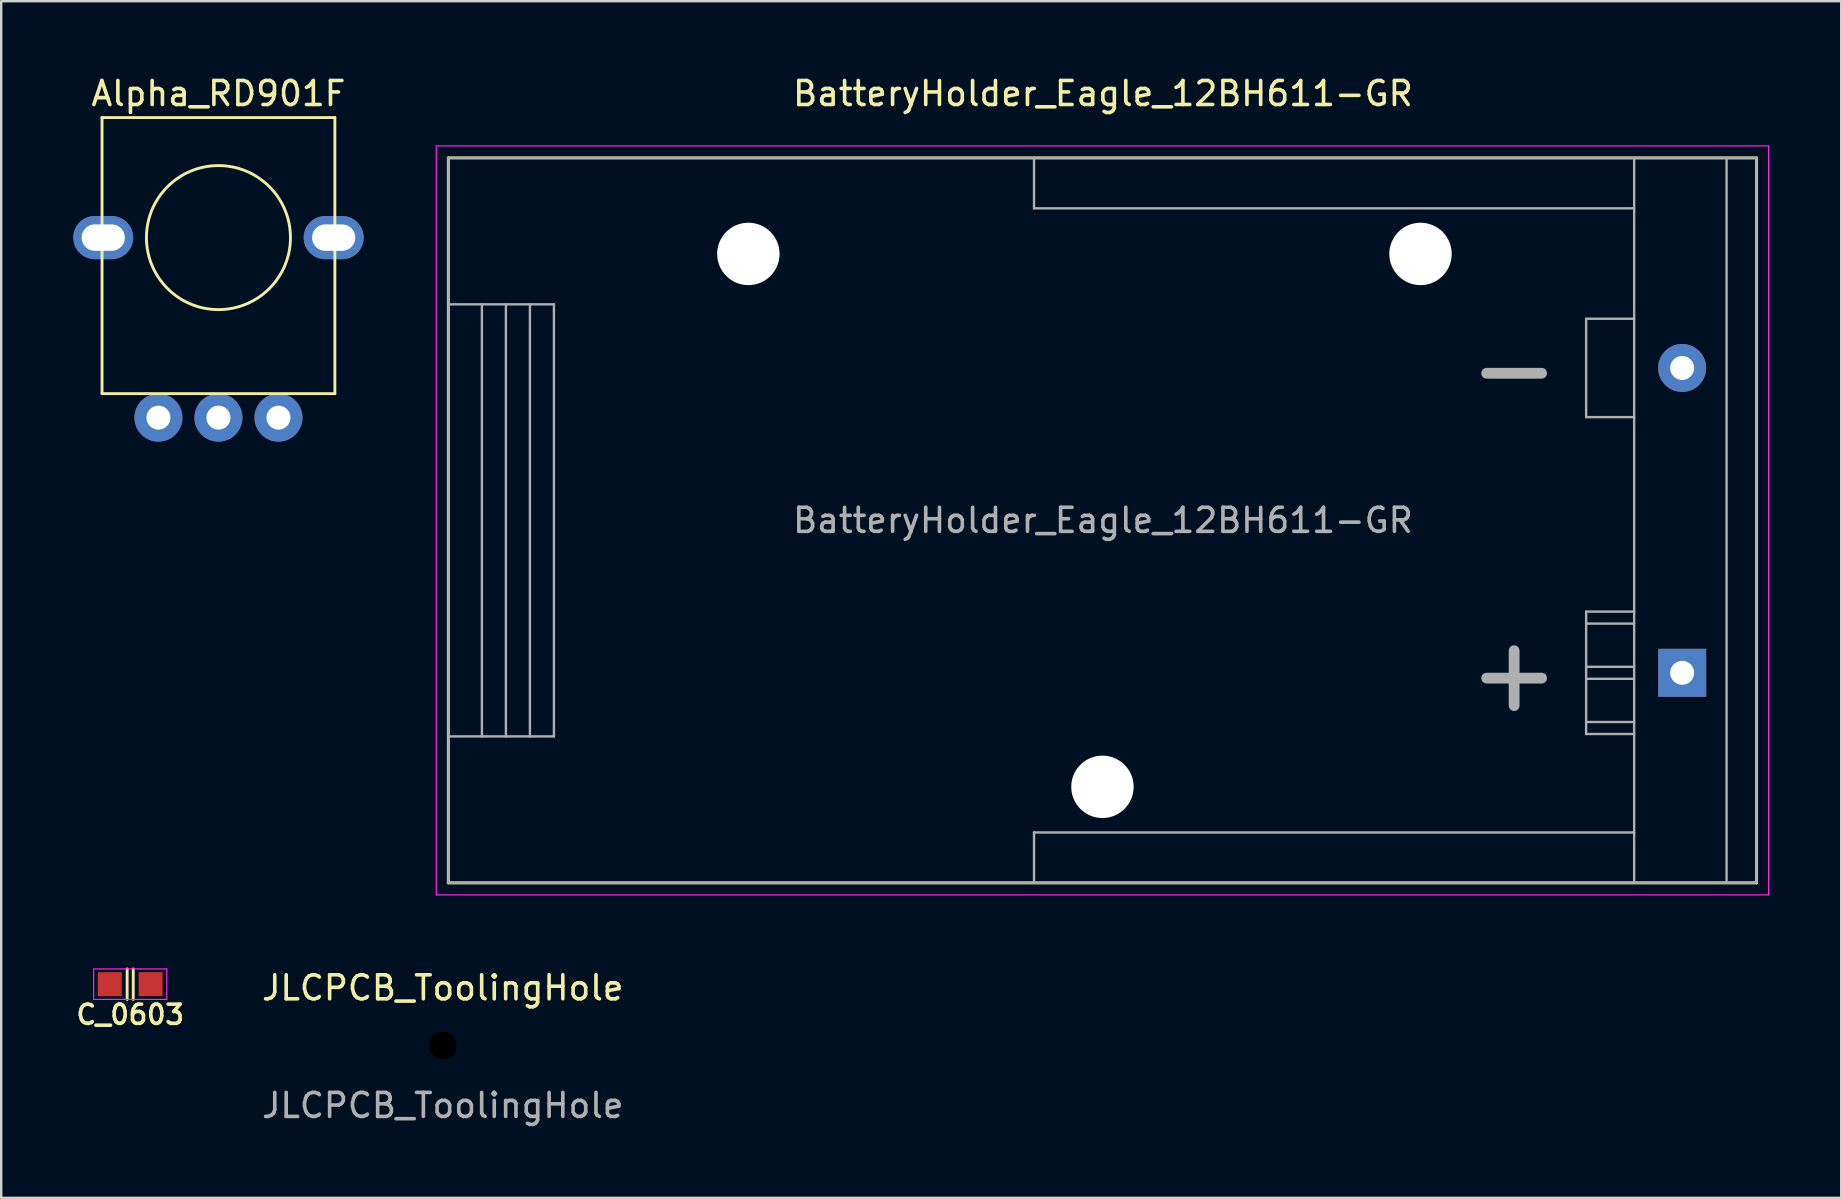
<source format=kicad_pcb>
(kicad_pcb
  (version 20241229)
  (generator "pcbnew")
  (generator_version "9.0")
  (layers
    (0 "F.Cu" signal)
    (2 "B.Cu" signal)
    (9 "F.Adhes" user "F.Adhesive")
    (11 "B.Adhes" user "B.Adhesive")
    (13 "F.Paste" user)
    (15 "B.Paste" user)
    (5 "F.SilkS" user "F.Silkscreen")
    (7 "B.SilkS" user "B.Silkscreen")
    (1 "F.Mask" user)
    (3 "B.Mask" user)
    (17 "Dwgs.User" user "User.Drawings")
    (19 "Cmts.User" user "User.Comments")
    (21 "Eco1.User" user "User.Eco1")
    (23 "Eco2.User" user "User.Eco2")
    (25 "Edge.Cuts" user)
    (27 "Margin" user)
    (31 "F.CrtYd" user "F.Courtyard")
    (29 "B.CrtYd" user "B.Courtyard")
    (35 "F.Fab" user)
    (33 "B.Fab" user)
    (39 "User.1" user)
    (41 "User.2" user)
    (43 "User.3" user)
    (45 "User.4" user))
  (footprint "C_0603"
    (layer "F.Cu")
    (at 2.374 37.948)
    (property "Reference" "C_0603" (at 0 1.27 0) (layer "F.SilkS") (effects (font (size 0.8 0.8) (thickness 0.15))))
    (attr through_hole)
    (fp_line (start -0.127 -0.635) (end -0.127 0.635) (stroke (width 0.12) (type solid)) (layer "F.SilkS"))
    (fp_line (start 0.127 -0.635) (end 0.127 0.635) (stroke (width 0.12) (type solid)) (layer "F.SilkS"))
    (fp_line (start -1.524 -0.635) (end 1.524 -0.635) (stroke (width 0.05) (type solid)) (layer "F.CrtYd"))
    (fp_line (start -1.524 0.635) (end -1.524 -0.635) (stroke (width 0.05) (type solid)) (layer "F.CrtYd"))
    (fp_line (start 1.524 -0.635) (end 1.524 0.635) (stroke (width 0.05) (type solid)) (layer "F.CrtYd"))
    (fp_line (start 1.524 0.635) (end -1.524 0.635) (stroke (width 0.05) (type solid)) (layer "F.CrtYd"))
    (pad "1" smd rect (at -0.85 0) (size 1 1) (layers "F.Cu" "F.Mask" "F.Paste"))
    (pad "2" smd rect (at 0.85 0) (size 1 1) (layers "F.Cu" "F.Mask" "F.Paste")))
  (footprint "BatteryHolder_Eagle_12BH611-GR"
    (layer "F.Cu")
    (at 67.025 24.978)
    (property "Reference" "BatteryHolder_Eagle_12BH611-GR" (at -24.13 -24.13 0) (layer "F.SilkS") (effects (font (size 1 1) (thickness 0.15))))
    (attr through_hole)
    (fp_line (start -51.4 -21.45) (end 3.1 -21.45) (stroke (width 0.12) (type solid)) (layer "F.SilkS"))
    (fp_line (start -51.4 8.75) (end -51.4 -21.45) (stroke (width 0.12) (type solid)) (layer "F.SilkS"))
    (fp_line (start 3.1 -21.45) (end 3.1 8.75) (stroke (width 0.12) (type solid)) (layer "F.SilkS"))
    (fp_line (start 3.1 8.75) (end -51.4 8.75) (stroke (width 0.12) (type solid)) (layer "F.SilkS"))
    (fp_line (start -51.9 -21.95) (end 3.6 -21.95) (stroke (width 0.05) (type solid)) (layer "F.CrtYd"))
    (fp_line (start -51.9 9.25) (end -51.9 -21.95) (stroke (width 0.05) (type solid)) (layer "F.CrtYd"))
    (fp_line (start 3.6 -21.95) (end 3.6 9.25) (stroke (width 0.05) (type solid)) (layer "F.CrtYd"))
    (fp_line (start 3.6 9.25) (end -51.9 9.25) (stroke (width 0.05) (type solid)) (layer "F.CrtYd"))
    (fp_line (start -51.4 -21.45) (end 3.1 -21.45) (stroke (width 0.1) (type solid)) (layer "F.Fab"))
    (fp_line (start -51.4 -15.35) (end -47 -15.35) (stroke (width 0.1) (type solid)) (layer "F.Fab"))
    (fp_line (start -51.4 2.65) (end -47 2.65) (stroke (width 0.1) (type solid)) (layer "F.Fab"))
    (fp_line (start -51.4 8.75) (end -51.4 -21.45) (stroke (width 0.1) (type solid)) (layer "F.Fab"))
    (fp_line (start -50 2.65) (end -50 -15.35) (stroke (width 0.1) (type solid)) (layer "F.Fab"))
    (fp_line (start -49 2.65) (end -49 -15.35) (stroke (width 0.1) (type solid)) (layer "F.Fab"))
    (fp_line (start -48 2.65) (end -48 -15.35) (stroke (width 0.1) (type solid)) (layer "F.Fab"))
    (fp_line (start -47 2.65) (end -47 -15.35) (stroke (width 0.1) (type solid)) (layer "F.Fab"))
    (fp_line (start -27 -19.35) (end -27 -21.45) (stroke (width 0.1) (type solid)) (layer "F.Fab"))
    (fp_line (start -27 6.65) (end -27 8.75) (stroke (width 0.1) (type solid)) (layer "F.Fab"))
    (fp_line (start -4 -14.75) (end -4 -10.65) (stroke (width 0.1) (type solid)) (layer "F.Fab"))
    (fp_line (start -4 -10.65) (end -2 -10.65) (stroke (width 0.1) (type solid)) (layer "F.Fab"))
    (fp_line (start -4 -2.55) (end -4 2.55) (stroke (width 0.1) (type solid)) (layer "F.Fab"))
    (fp_line (start -4 -2.05) (end -2 -2.05) (stroke (width 0.1) (type solid)) (layer "F.Fab"))
    (fp_line (start -4 0.25) (end -2 0.25) (stroke (width 0.1) (type solid)) (layer "F.Fab"))
    (fp_line (start -4 2.55) (end -2 2.55) (stroke (width 0.1) (type solid)) (layer "F.Fab"))
    (fp_line (start -2 -21.45) (end -2 8.75) (stroke (width 0.1) (type solid)) (layer "F.Fab"))
    (fp_line (start -2 -19.35) (end -27 -19.35) (stroke (width 0.1) (type solid)) (layer "F.Fab"))
    (fp_line (start -2 -14.75) (end -4 -14.75) (stroke (width 0.1) (type solid)) (layer "F.Fab"))
    (fp_line (start -2 -2.55) (end -4 -2.55) (stroke (width 0.1) (type solid)) (layer "F.Fab"))
    (fp_line (start -2 -0.25) (end -4 -0.25) (stroke (width 0.1) (type solid)) (layer "F.Fab"))
    (fp_line (start -2 2.05) (end -4 2.05) (stroke (width 0.1) (type solid)) (layer "F.Fab"))
    (fp_line (start -2 6.65) (end -27 6.65) (stroke (width 0.1) (type solid)) (layer "F.Fab"))
    (fp_line (start 1.85 8.75) (end 1.85 -21.45) (stroke (width 0.1) (type solid)) (layer "F.Fab"))
    (fp_line (start 3.1 -21.45) (end 3.1 8.75) (stroke (width 0.1) (type solid)) (layer "F.Fab"))
    (fp_line (start 3.1 8.75) (end -51.4 8.75) (stroke (width 0.1) (type solid)) (layer "F.Fab"))
    (fp_text user "+" (at -7 0 0) (layer "F.Fab") (effects (font (size 3 3) (thickness 0.45))))
    (fp_text user "${REFERENCE}" (at -24.13 -6.35 180) (layer "F.Fab") (effects (font (size 1 1) (thickness 0.15))))
    (fp_text user "-" (at -7 -12.7 0) (layer "F.Fab") (effects (font (size 3 3) (thickness 0.45))))
    (pad "" np_thru_hole circle (at -38.9 -17.45) (size 2.6 2.6) (drill 2.6) (layers "*.Cu" "*.Mask"))
    (pad "" np_thru_hole circle (at -24.15 4.75) (size 2.6 2.6) (drill 2.6) (layers "*.Cu" "*.Mask"))
    (pad "" np_thru_hole circle (at -10.9 -17.45) (size 2.6 2.6) (drill 2.6) (layers "*.Cu" "*.Mask"))
    (pad "1" thru_hole rect (at 0 0) (size 2 2) (drill 1) (layers "*.Cu" "*.Mask"))
    (pad "2" thru_hole circle (at 0 -12.7) (size 2 2) (drill 1) (layers "*.Cu" "*.Mask")))
  (footprint "JLCPCB_ToolingHole"
    (layer "F.Cu")
    (at 15.396 40.502)
    (property "Reference" "JLCPCB_ToolingHole" (at 0 -2.4 0) (unlocked yes) (layer "F.SilkS") (effects (font (size 1 1) (thickness 0.15))))
    (attr through_hole)
    (fp_text user "${REFERENCE}" (at 0 2.5 0) (unlocked yes) (layer "F.Fab") (effects (font (size 1 1) (thickness 0.15))))
    (pad "" np_thru_hole circle (at 0 0) (size 1.3 1.3) (drill 1.152) (layers "*.Mask")))
  (footprint "Alpha_RD901F"
    (layer "F.Cu")
    (at 6.05 6.848)
    (property "Reference" "Alpha_RD901F" (at 0 -6 0) (layer "F.SilkS") (effects (font (size 1 1) (thickness 0.15))))
    (attr through_hole)
    (fp_line (start -4.85 -5) (end 4.85 -5) (stroke (width 0.12) (type solid)) (layer "F.SilkS"))
    (fp_line (start -4.85 6.5) (end -4.85 -5) (stroke (width 0.12) (type solid)) (layer "F.SilkS"))
    (fp_line (start 4.85 -5) (end 4.85 6.5) (stroke (width 0.12) (type solid)) (layer "F.SilkS"))
    (fp_line (start 4.85 6.5) (end -4.85 6.5) (stroke (width 0.12) (type solid)) (layer "F.SilkS"))
    (fp_circle (center 0 0) (end 3 0) (stroke (width 0.12) (type solid)) (fill no) (layer "F.SilkS"))
    (pad "1" thru_hole circle (at -2.5 7.5) (size 2 2) (drill 1) (layers "*.Cu" "*.Mask"))
    (pad "2" thru_hole circle (at 0 7.5) (size 2 2) (drill 1) (layers "*.Cu" "*.Mask"))
    (pad "3" thru_hole circle (at 2.5 7.5) (size 2 2) (drill 1) (layers "*.Cu" "*.Mask"))
    (pad "4" thru_hole oval (at -4.8 0) (size 2.5 1.8) (drill oval 1.8 1.1) (layers "*.Cu" "*.Mask"))
    (pad "5" thru_hole oval (at 4.8 0) (size 2.5 1.8) (drill oval 1.8 1.1) (layers "*.Cu" "*.Mask")))
  (gr_rect
    (start -3 -3)
    (end 73.65 46.85)
    (stroke (width 0.1) (type default))
    (fill no)
    (layer "Edge.Cuts")))
</source>
